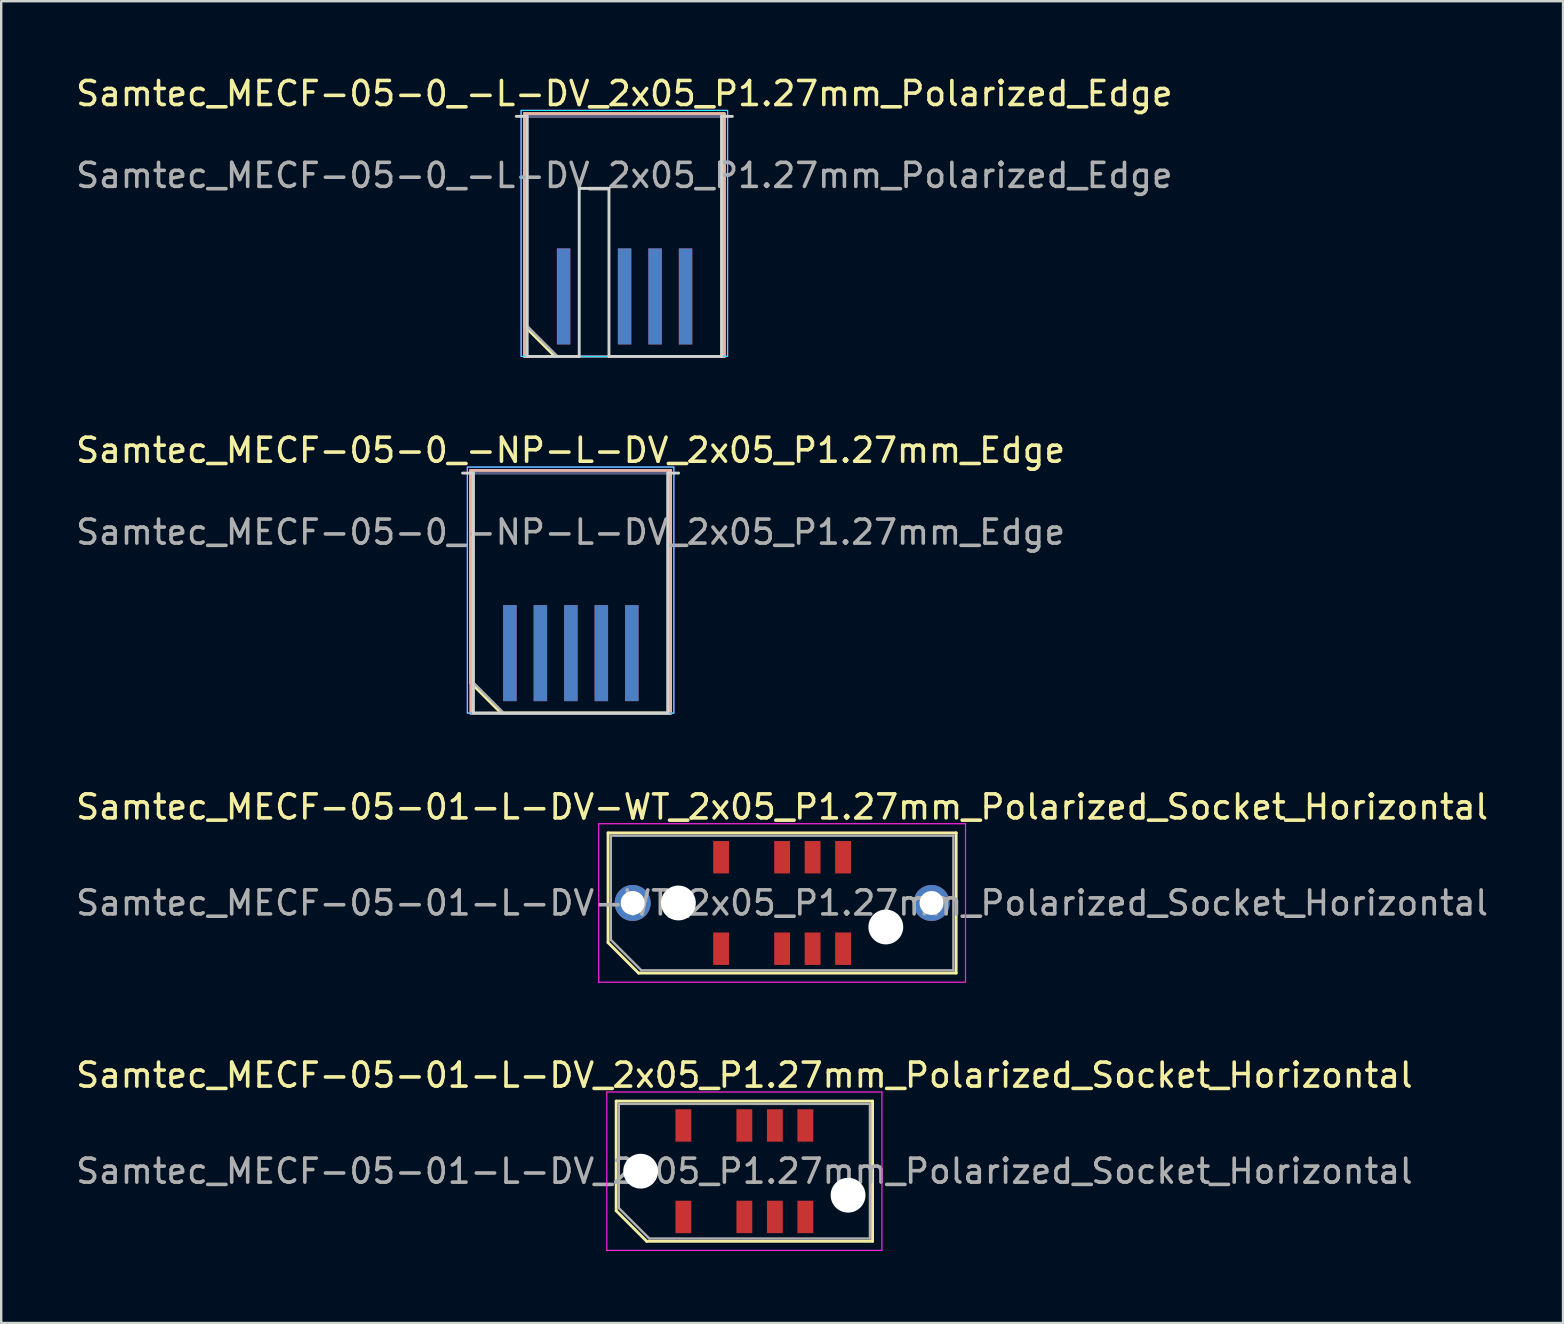
<source format=kicad_pcb>
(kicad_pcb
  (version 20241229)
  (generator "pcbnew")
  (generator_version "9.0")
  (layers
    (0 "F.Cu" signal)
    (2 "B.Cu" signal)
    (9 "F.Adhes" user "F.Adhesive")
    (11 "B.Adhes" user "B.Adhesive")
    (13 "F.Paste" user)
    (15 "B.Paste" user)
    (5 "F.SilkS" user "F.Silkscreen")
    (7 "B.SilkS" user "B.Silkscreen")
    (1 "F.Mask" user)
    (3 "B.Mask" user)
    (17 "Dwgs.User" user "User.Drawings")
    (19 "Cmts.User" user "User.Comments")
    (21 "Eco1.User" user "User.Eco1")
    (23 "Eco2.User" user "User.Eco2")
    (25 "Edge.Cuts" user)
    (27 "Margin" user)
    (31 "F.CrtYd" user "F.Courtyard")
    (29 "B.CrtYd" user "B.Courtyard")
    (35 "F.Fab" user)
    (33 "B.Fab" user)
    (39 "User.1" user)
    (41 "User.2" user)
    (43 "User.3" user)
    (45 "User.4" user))
  (footprint "Samtec_MECF-05-01-L-DV-WT_2x05_P1.27mm_Polarized_Socket_Horizontal"
    (layer "F.Cu")
    (at 29.53 34.565)
    (property "Reference" "Samtec_MECF-05-01-L-DV-WT_2x05_P1.27mm_Polarized_Socket_Horizontal" (at 0 -4 0) (layer "F.SilkS") (effects (font (size 1 1) (thickness 0.15))))
    (attr smd)
    (fp_line (start -7.25 -2.92) (end 7.25 -2.92) (stroke (width 0.12) (type solid)) (layer "F.SilkS"))
    (fp_line (start -7.25 1.65) (end -7.25 -2.92) (stroke (width 0.12) (type solid)) (layer "F.SilkS"))
    (fp_line (start -5.98 2.92) (end -7.25 1.65) (stroke (width 0.12) (type solid)) (layer "F.SilkS"))
    (fp_line (start -5.98 2.92) (end 7.25 2.92) (stroke (width 0.12) (type solid)) (layer "F.SilkS"))
    (fp_line (start 7.25 2.92) (end 7.25 -2.92) (stroke (width 0.12) (type solid)) (layer "F.SilkS"))
    (fp_line (start -7.64 -3.3) (end -7.64 3.3) (stroke (width 0.05) (type solid)) (layer "F.CrtYd"))
    (fp_line (start -7.64 3.3) (end 7.64 3.3) (stroke (width 0.05) (type solid)) (layer "F.CrtYd"))
    (fp_line (start 7.64 -3.3) (end -7.64 -3.3) (stroke (width 0.05) (type solid)) (layer "F.CrtYd"))
    (fp_line (start 7.64 3.3) (end 7.64 -3.3) (stroke (width 0.05) (type solid)) (layer "F.CrtYd"))
    (fp_line (start -7.135 -2.805) (end 7.135 -2.805) (stroke (width 0.1) (type solid)) (layer "F.Fab"))
    (fp_line (start -7.135 1.535) (end -7.135 -2.805) (stroke (width 0.1) (type solid)) (layer "F.Fab"))
    (fp_line (start -7.135 1.535) (end -5.865 2.805) (stroke (width 0.1) (type solid)) (layer "F.Fab"))
    (fp_line (start -5.865 2.805) (end 7.135 2.805) (stroke (width 0.1) (type solid)) (layer "F.Fab"))
    (fp_line (start 7.135 2.805) (end 7.135 -2.805) (stroke (width 0.1) (type solid)) (layer "F.Fab"))
    (fp_text user "${REFERENCE}" (at 0 0 0) (layer "F.Fab") (effects (font (size 1 1) (thickness 0.15))))
    (pad "" thru_hole circle (at -6.225 0) (size 1.5 1.5) (drill 1) (layers "*.Cu" "*.Mask"))
    (pad "" np_thru_hole circle (at -4.32 0) (size 1.45 1.45) (drill 1.45) (layers "*.Cu" "*.Mask"))
    (pad "" np_thru_hole circle (at 4.32 1) (size 1.45 1.45) (drill 1.45) (layers "*.Cu" "*.Mask"))
    (pad "" thru_hole circle (at 6.225 0) (size 1.5 1.5) (drill 1) (layers "*.Cu" "*.Mask"))
    (pad "1" smd rect (at -2.54 1.905) (size 0.66 1.35) (layers "F.Cu" "F.Mask" "F.Paste"))
    (pad "2" smd rect (at -2.54 -1.905) (size 0.66 1.35) (layers "F.Cu" "F.Mask" "F.Paste"))
    (pad "5" smd rect (at 0 1.905) (size 0.66 1.35) (layers "F.Cu" "F.Mask" "F.Paste"))
    (pad "6" smd rect (at 0 -1.905) (size 0.66 1.35) (layers "F.Cu" "F.Mask" "F.Paste"))
    (pad "7" smd rect (at 1.27 1.905) (size 0.66 1.35) (layers "F.Cu" "F.Mask" "F.Paste"))
    (pad "8" smd rect (at 1.27 -1.905) (size 0.66 1.35) (layers "F.Cu" "F.Mask" "F.Paste"))
    (pad "9" smd rect (at 2.54 1.905) (size 0.66 1.35) (layers "F.Cu" "F.Mask" "F.Paste"))
    (pad "10" smd rect (at 2.54 -1.905) (size 0.66 1.35) (layers "F.Cu" "F.Mask" "F.Paste")))
  (footprint "Samtec_MECF-05-0_-L-DV_2x05_P1.27mm_Polarized_Edge"
    (layer "F.Cu")
    (at 22.958 6.798)
    (property "Reference" "Samtec_MECF-05-0_-L-DV_2x05_P1.27mm_Polarized_Edge" (at 0 -5.95 0) (layer "F.SilkS") (effects (font (size 1 1) (thickness 0.15))))
    (attr exclude_from_pos_files exclude_from_bom)
    (fp_line (start -4.16 -5.11) (end 4.16 -5.11) (stroke (width 0.12) (type solid)) (layer "F.SilkS"))
    (fp_line (start -4.16 3.73) (end -4.16 -5.11) (stroke (width 0.12) (type solid)) (layer "F.SilkS"))
    (fp_line (start -2.89 5) (end -4.16 3.73) (stroke (width 0.12) (type solid)) (layer "F.SilkS"))
    (fp_line (start -2.89 5) (end 4.16 5) (stroke (width 0.12) (type solid)) (layer "F.SilkS"))
    (fp_line (start 4.16 5) (end 4.16 -5.11) (stroke (width 0.12) (type solid)) (layer "F.SilkS"))
    (fp_line (start -4.16 -5.11) (end 4.16 -5.11) (stroke (width 0.12) (type solid)) (layer "B.SilkS"))
    (fp_line (start -4.16 5) (end -4.16 -5.11) (stroke (width 0.12) (type solid)) (layer "B.SilkS"))
    (fp_line (start -4.16 5) (end 4.16 5) (stroke (width 0.12) (type solid)) (layer "B.SilkS"))
    (fp_line (start 4.16 5) (end 4.16 -5.11) (stroke (width 0.12) (type solid)) (layer "B.SilkS"))
    (fp_line (start -4.5 -5) (end -4.05 -5) (stroke (width 0.12) (type solid)) (layer "Edge.Cuts"))
    (fp_line (start -4.05 5) (end -4.05 -5) (stroke (width 0.12) (type solid)) (layer "Edge.Cuts"))
    (fp_line (start -4.05 5) (end -1.88 5) (stroke (width 0.12) (type solid)) (layer "Edge.Cuts"))
    (fp_line (start -1.88 -2) (end -0.64 -2) (stroke (width 0.12) (type solid)) (layer "Edge.Cuts"))
    (fp_line (start -1.88 5) (end -1.88 -2) (stroke (width 0.12) (type solid)) (layer "Edge.Cuts"))
    (fp_line (start -0.64 5) (end -0.64 -2) (stroke (width 0.12) (type solid)) (layer "Edge.Cuts"))
    (fp_line (start -0.64 5) (end 4.05 5) (stroke (width 0.12) (type solid)) (layer "Edge.Cuts"))
    (fp_line (start 4.05 5) (end 4.05 -5) (stroke (width 0.12) (type solid)) (layer "Edge.Cuts"))
    (fp_line (start 4.5 -5) (end 4.05 -5) (stroke (width 0.12) (type solid)) (layer "Edge.Cuts"))
    (fp_rect (start -4.3 -5.25) (end 4.3 5) (stroke (width 0.05) (type solid)) (fill no) (layer "B.CrtYd"))
    (fp_rect (start -4.3 -5.25) (end 4.3 5) (stroke (width 0.05) (type solid)) (fill no) (layer "F.CrtYd"))
    (fp_line (start -4.05 -5) (end 4.05 -5) (stroke (width 0.1) (type solid)) (layer "B.Fab"))
    (fp_line (start -4.05 5) (end -4.05 -5) (stroke (width 0.1) (type solid)) (layer "B.Fab"))
    (fp_line (start -4.05 5) (end 4.05 5) (stroke (width 0.1) (type solid)) (layer "B.Fab"))
    (fp_line (start 4.05 5) (end 4.05 -5) (stroke (width 0.1) (type solid)) (layer "B.Fab"))
    (fp_line (start -4.05 -5) (end 4.05 -5) (stroke (width 0.1) (type solid)) (layer "F.Fab"))
    (fp_line (start -4.05 3.73) (end -4.05 -5) (stroke (width 0.1) (type solid)) (layer "F.Fab"))
    (fp_line (start -4.05 3.73) (end -2.78 5) (stroke (width 0.1) (type solid)) (layer "F.Fab"))
    (fp_line (start -2.78 5) (end 4.05 5) (stroke (width 0.1) (type solid)) (layer "F.Fab"))
    (fp_line (start 4.05 5) (end 4.05 -5) (stroke (width 0.1) (type solid)) (layer "F.Fab"))
    (fp_text user "${REFERENCE}" (at 0 -2.54 0) (layer "F.Fab") (effects (font (size 1 1) (thickness 0.15))))
    (pad "1" connect rect (at -2.53 2.5) (size 0.56 4) (layers "F.Cu" "F.Mask"))
    (pad "2" connect rect (at -2.53 2.5) (size 0.56 4) (layers "B.Cu" "B.Mask"))
    (pad "5" connect rect (at 0.01 2.5) (size 0.56 4) (layers "F.Cu" "F.Mask"))
    (pad "6" connect rect (at 0.01 2.5) (size 0.56 4) (layers "B.Cu" "B.Mask"))
    (pad "7" connect rect (at 1.28 2.5) (size 0.56 4) (layers "F.Cu" "F.Mask"))
    (pad "8" connect rect (at 1.28 2.5) (size 0.56 4) (layers "B.Cu" "B.Mask"))
    (pad "9" connect rect (at 2.55 2.5) (size 0.56 4) (layers "F.Cu" "F.Mask"))
    (pad "10" connect rect (at 2.55 2.5) (size 0.56 4) (layers "B.Cu" "B.Mask")))
  (footprint "Samtec_MECF-05-01-L-DV_2x05_P1.27mm_Polarized_Socket_Horizontal"
    (layer "F.Cu")
    (at 27.958 45.738)
    (property "Reference" "Samtec_MECF-05-01-L-DV_2x05_P1.27mm_Polarized_Socket_Horizontal" (at 0 -4 0) (layer "F.SilkS") (effects (font (size 1 1) (thickness 0.15))))
    (attr smd)
    (fp_line (start -5.34 -2.92) (end 5.34 -2.92) (stroke (width 0.12) (type solid)) (layer "F.SilkS"))
    (fp_line (start -5.34 1.65) (end -5.34 -2.92) (stroke (width 0.12) (type solid)) (layer "F.SilkS"))
    (fp_line (start -4.07 2.92) (end -5.34 1.65) (stroke (width 0.12) (type solid)) (layer "F.SilkS"))
    (fp_line (start -4.07 2.92) (end 5.34 2.92) (stroke (width 0.12) (type solid)) (layer "F.SilkS"))
    (fp_line (start 5.34 2.92) (end 5.34 -2.92) (stroke (width 0.12) (type solid)) (layer "F.SilkS"))
    (fp_line (start -5.73 -3.3) (end -5.73 3.3) (stroke (width 0.05) (type solid)) (layer "F.CrtYd"))
    (fp_line (start -5.73 3.3) (end 5.73 3.3) (stroke (width 0.05) (type solid)) (layer "F.CrtYd"))
    (fp_line (start 5.73 -3.3) (end -5.73 -3.3) (stroke (width 0.05) (type solid)) (layer "F.CrtYd"))
    (fp_line (start 5.73 3.3) (end 5.73 -3.3) (stroke (width 0.05) (type solid)) (layer "F.CrtYd"))
    (fp_line (start -5.23 -2.805) (end 5.23 -2.805) (stroke (width 0.1) (type solid)) (layer "F.Fab"))
    (fp_line (start -5.23 1.535) (end -5.23 -2.805) (stroke (width 0.1) (type solid)) (layer "F.Fab"))
    (fp_line (start -5.23 1.535) (end -3.96 2.805) (stroke (width 0.1) (type solid)) (layer "F.Fab"))
    (fp_line (start -3.96 2.805) (end 5.23 2.805) (stroke (width 0.1) (type solid)) (layer "F.Fab"))
    (fp_line (start 5.23 2.805) (end 5.23 -2.805) (stroke (width 0.1) (type solid)) (layer "F.Fab"))
    (fp_text user "${REFERENCE}" (at 0 0 0) (layer "F.Fab") (effects (font (size 1 1) (thickness 0.15))))
    (pad "" np_thru_hole circle (at -4.32 0) (size 1.45 1.45) (drill 1.45) (layers "*.Cu" "*.Mask"))
    (pad "" np_thru_hole circle (at 4.32 1) (size 1.45 1.45) (drill 1.45) (layers "*.Cu" "*.Mask"))
    (pad "1" smd rect (at -2.54 1.905) (size 0.66 1.35) (layers "F.Cu" "F.Mask" "F.Paste"))
    (pad "2" smd rect (at -2.54 -1.905) (size 0.66 1.35) (layers "F.Cu" "F.Mask" "F.Paste"))
    (pad "5" smd rect (at 0 1.905) (size 0.66 1.35) (layers "F.Cu" "F.Mask" "F.Paste"))
    (pad "6" smd rect (at 0 -1.905) (size 0.66 1.35) (layers "F.Cu" "F.Mask" "F.Paste"))
    (pad "7" smd rect (at 1.27 1.905) (size 0.66 1.35) (layers "F.Cu" "F.Mask" "F.Paste"))
    (pad "8" smd rect (at 1.27 -1.905) (size 0.66 1.35) (layers "F.Cu" "F.Mask" "F.Paste"))
    (pad "9" smd rect (at 2.54 1.905) (size 0.66 1.35) (layers "F.Cu" "F.Mask" "F.Paste"))
    (pad "10" smd rect (at 2.54 -1.905) (size 0.66 1.35) (layers "F.Cu" "F.Mask" "F.Paste")))
  (footprint "Samtec_MECF-05-0_-NP-L-DV_2x05_P1.27mm_Edge"
    (layer "F.Cu")
    (at 20.72 21.657)
    (property "Reference" "Samtec_MECF-05-0_-NP-L-DV_2x05_P1.27mm_Edge" (at 0 -5.95 0) (layer "F.SilkS") (effects (font (size 1 1) (thickness 0.15))))
    (attr exclude_from_pos_files exclude_from_bom)
    (fp_line (start -4.16 -5.11) (end 4.16 -5.11) (stroke (width 0.12) (type solid)) (layer "F.SilkS"))
    (fp_line (start -4.16 3.73) (end -4.16 -5.11) (stroke (width 0.12) (type solid)) (layer "F.SilkS"))
    (fp_line (start -2.89 5) (end -4.16 3.73) (stroke (width 0.12) (type solid)) (layer "F.SilkS"))
    (fp_line (start -2.89 5) (end 4.16 5) (stroke (width 0.12) (type solid)) (layer "F.SilkS"))
    (fp_line (start 4.16 5) (end 4.16 -5.11) (stroke (width 0.12) (type solid)) (layer "F.SilkS"))
    (fp_line (start -4.16 -5.11) (end 4.16 -5.11) (stroke (width 0.12) (type solid)) (layer "B.SilkS"))
    (fp_line (start -4.16 5) (end -4.16 -5.11) (stroke (width 0.12) (type solid)) (layer "B.SilkS"))
    (fp_line (start -4.16 5) (end 4.16 5) (stroke (width 0.12) (type solid)) (layer "B.SilkS"))
    (fp_line (start 4.16 5) (end 4.16 -5.11) (stroke (width 0.12) (type solid)) (layer "B.SilkS"))
    (fp_line (start -4.5 -5) (end -4.05 -5) (stroke (width 0.12) (type solid)) (layer "Edge.Cuts"))
    (fp_line (start -4.05 5) (end -4.05 -5) (stroke (width 0.12) (type solid)) (layer "Edge.Cuts"))
    (fp_line (start -4.05 5) (end 4.05 5) (stroke (width 0.12) (type solid)) (layer "Edge.Cuts"))
    (fp_line (start 4.05 5) (end 4.05 -5) (stroke (width 0.12) (type solid)) (layer "Edge.Cuts"))
    (fp_line (start 4.5 -5) (end 4.05 -5) (stroke (width 0.12) (type solid)) (layer "Edge.Cuts"))
    (fp_rect (start -4.3 -5.25) (end 4.3 5) (stroke (width 0.05) (type solid)) (fill no) (layer "B.CrtYd"))
    (fp_rect (start -4.3 -5.25) (end 4.3 5) (stroke (width 0.05) (type solid)) (fill no) (layer "F.CrtYd"))
    (fp_line (start -4.05 -5) (end 4.05 -5) (stroke (width 0.1) (type solid)) (layer "B.Fab"))
    (fp_line (start -4.05 5) (end -4.05 -5) (stroke (width 0.1) (type solid)) (layer "B.Fab"))
    (fp_line (start -4.05 5) (end 4.05 5) (stroke (width 0.1) (type solid)) (layer "B.Fab"))
    (fp_line (start 4.05 5) (end 4.05 -5) (stroke (width 0.1) (type solid)) (layer "B.Fab"))
    (fp_line (start -4.05 -5) (end 4.05 -5) (stroke (width 0.1) (type solid)) (layer "F.Fab"))
    (fp_line (start -4.05 3.73) (end -4.05 -5) (stroke (width 0.1) (type solid)) (layer "F.Fab"))
    (fp_line (start -4.05 3.73) (end -2.78 5) (stroke (width 0.1) (type solid)) (layer "F.Fab"))
    (fp_line (start -2.78 5) (end 4.05 5) (stroke (width 0.1) (type solid)) (layer "F.Fab"))
    (fp_line (start 4.05 5) (end 4.05 -5) (stroke (width 0.1) (type solid)) (layer "F.Fab"))
    (fp_text user "${REFERENCE}" (at 0 -2.54 0) (layer "F.Fab") (effects (font (size 1 1) (thickness 0.15))))
    (pad "1" connect rect (at -2.53 2.5) (size 0.56 4) (layers "F.Cu" "F.Mask"))
    (pad "2" connect rect (at -2.53 2.5) (size 0.56 4) (layers "B.Cu" "B.Mask"))
    (pad "3" connect rect (at -1.26 2.5) (size 0.56 4) (layers "F.Cu" "F.Mask"))
    (pad "4" connect rect (at -1.26 2.5) (size 0.56 4) (layers "B.Cu" "B.Mask"))
    (pad "5" connect rect (at 0.01 2.5) (size 0.56 4) (layers "F.Cu" "F.Mask"))
    (pad "6" connect rect (at 0.01 2.5) (size 0.56 4) (layers "B.Cu" "B.Mask"))
    (pad "7" connect rect (at 1.28 2.5) (size 0.56 4) (layers "F.Cu" "F.Mask"))
    (pad "8" connect rect (at 1.28 2.5) (size 0.56 4) (layers "B.Cu" "B.Mask"))
    (pad "9" connect rect (at 2.55 2.5) (size 0.56 4) (layers "F.Cu" "F.Mask"))
    (pad "10" connect rect (at 2.55 2.5) (size 0.56 4) (layers "B.Cu" "B.Mask")))
  (gr_rect
    (start -3 -3)
    (end 62.06 52.063)
    (stroke (width 0.1) (type default))
    (fill no)
    (layer "Edge.Cuts")))
</source>
